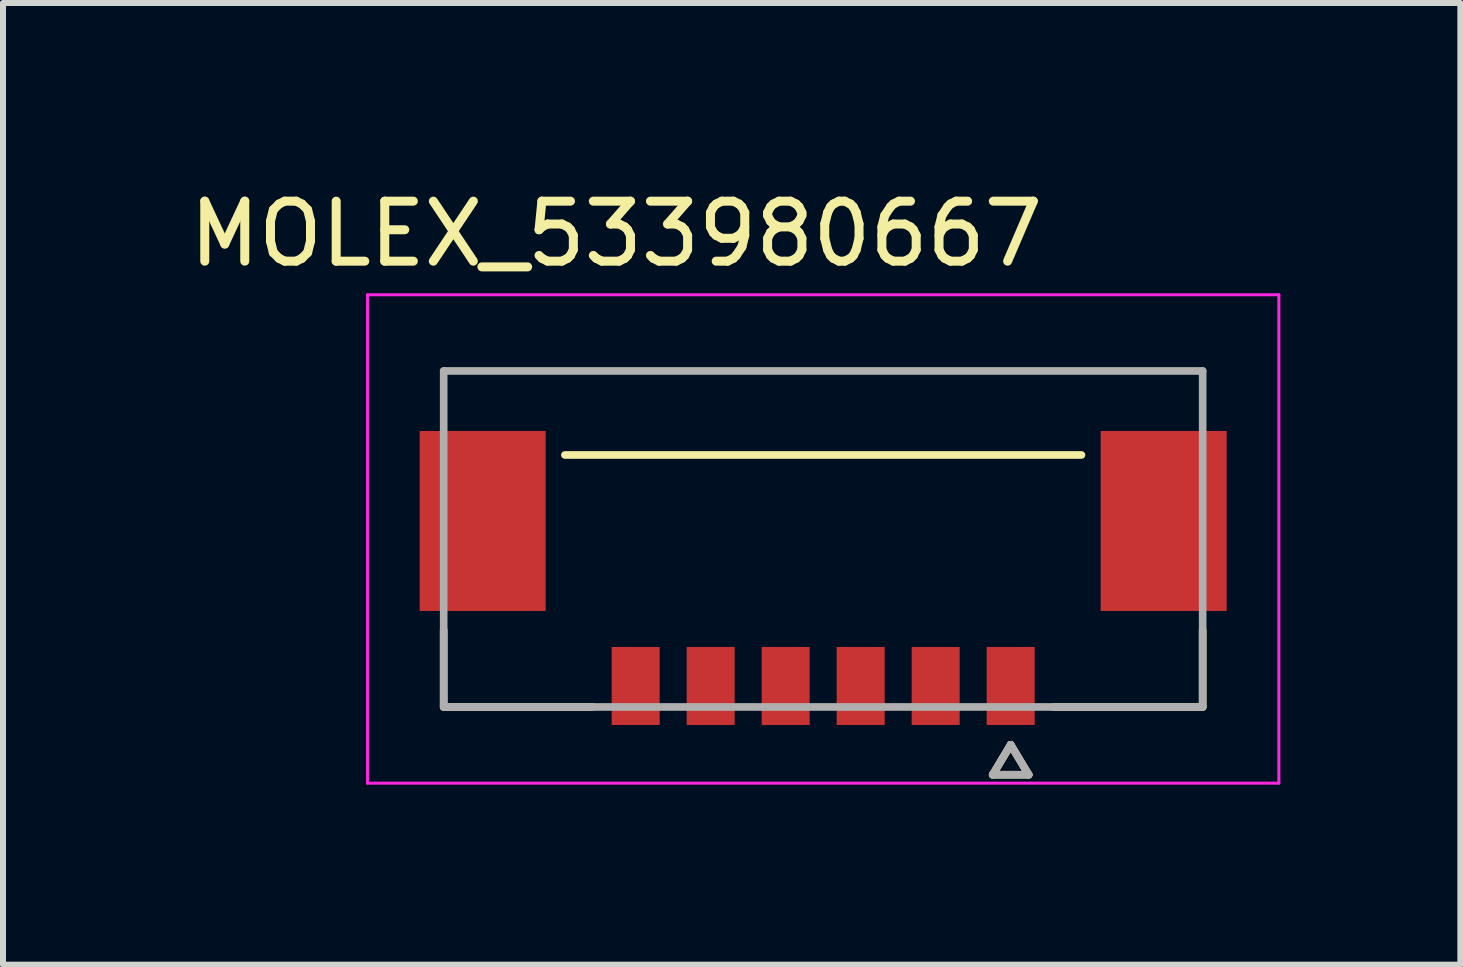
<source format=kicad_pcb>
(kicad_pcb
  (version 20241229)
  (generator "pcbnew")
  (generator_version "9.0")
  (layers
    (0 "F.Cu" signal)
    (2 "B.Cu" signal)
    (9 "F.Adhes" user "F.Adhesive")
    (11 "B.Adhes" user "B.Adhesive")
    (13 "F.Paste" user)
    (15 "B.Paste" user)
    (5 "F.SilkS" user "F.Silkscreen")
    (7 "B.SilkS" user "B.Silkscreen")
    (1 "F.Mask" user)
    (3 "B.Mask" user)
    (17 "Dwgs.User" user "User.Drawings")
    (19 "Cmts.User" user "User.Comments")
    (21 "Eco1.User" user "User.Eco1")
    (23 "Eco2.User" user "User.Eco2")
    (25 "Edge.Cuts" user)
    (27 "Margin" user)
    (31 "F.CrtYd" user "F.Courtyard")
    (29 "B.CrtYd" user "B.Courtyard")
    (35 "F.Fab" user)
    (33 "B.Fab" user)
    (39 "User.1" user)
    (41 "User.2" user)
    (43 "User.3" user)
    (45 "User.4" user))
  (footprint "MOLEX_533980667"
    (layer "F.Cu")
    (at 10.67 5.933)
    (property "Reference" "MOLEX_533980667" (at -3.45 -5.085 0) (layer "F.SilkS") (effects (font (size 1 1) (thickness 0.15))))
    (attr through_hole)
    (fp_poly (pts (xy -6.801 -1.876) (xy -4.549 -1.876) (xy -4.549 1.276) (xy -6.801 1.276)) (stroke (width 0.01) (type solid)) (fill yes) (layer "F.Mask"))
    (fp_poly (pts (xy -3.601 1.724) (xy -2.649 1.724) (xy -2.649 3.176) (xy -3.601 3.176)) (stroke (width 0.01) (type solid)) (fill yes) (layer "F.Mask"))
    (fp_poly (pts (xy -2.351 1.724) (xy -1.399 1.724) (xy -1.399 3.176) (xy -2.351 3.176)) (stroke (width 0.01) (type solid)) (fill yes) (layer "F.Mask"))
    (fp_poly (pts (xy -1.101 1.724) (xy -0.149 1.724) (xy -0.149 3.176) (xy -1.101 3.176)) (stroke (width 0.01) (type solid)) (fill yes) (layer "F.Mask"))
    (fp_poly (pts (xy 0.149 1.724) (xy 1.101 1.724) (xy 1.101 3.176) (xy 0.149 3.176)) (stroke (width 0.01) (type solid)) (fill yes) (layer "F.Mask"))
    (fp_poly (pts (xy 1.399 1.724) (xy 2.351 1.724) (xy 2.351 3.176) (xy 1.399 3.176)) (stroke (width 0.01) (type solid)) (fill yes) (layer "F.Mask"))
    (fp_poly (pts (xy 2.649 1.724) (xy 3.601 1.724) (xy 3.601 3.176) (xy 2.649 3.176)) (stroke (width 0.01) (type solid)) (fill yes) (layer "F.Mask"))
    (fp_poly (pts (xy 4.549 -1.876) (xy 6.801 -1.876) (xy 6.801 1.276) (xy 4.549 1.276)) (stroke (width 0.01) (type solid)) (fill yes) (layer "F.Mask"))
    (fp_line (start -6.325 2.8) (end -6.325 1.52) (stroke (width 0.127) (type solid)) (layer "F.SilkS"))
    (fp_line (start -3.845 2.8) (end -6.325 2.8) (stroke (width 0.127) (type solid)) (layer "F.SilkS"))
    (fp_line (start 2.825 3.93) (end 3.125 3.43) (stroke (width 0.127) (type solid)) (layer "F.SilkS"))
    (fp_line (start 3.125 3.43) (end 3.425 3.93) (stroke (width 0.127) (type solid)) (layer "F.SilkS"))
    (fp_line (start 3.425 3.93) (end 2.825 3.93) (stroke (width 0.127) (type solid)) (layer "F.SilkS"))
    (fp_line (start 4.305 -1.4) (end -4.305 -1.4) (stroke (width 0.127) (type solid)) (layer "F.SilkS"))
    (fp_line (start 6.325 1.52) (end 6.325 2.8) (stroke (width 0.127) (type solid)) (layer "F.SilkS"))
    (fp_line (start 6.325 2.8) (end 3.845 2.8) (stroke (width 0.127) (type solid)) (layer "F.SilkS"))
    (fp_line (start -7.595 -4.07) (end 7.595 -4.07) (stroke (width 0.05) (type solid)) (layer "F.CrtYd"))
    (fp_line (start -7.595 4.07) (end -7.595 -4.07) (stroke (width 0.05) (type solid)) (layer "F.CrtYd"))
    (fp_line (start -7.595 4.07) (end 7.595 4.07) (stroke (width 0.05) (type solid)) (layer "F.CrtYd"))
    (fp_line (start 7.595 -4.07) (end 7.595 4.07) (stroke (width 0.05) (type solid)) (layer "F.CrtYd"))
    (fp_line (start -6.325 -2.8) (end 6.325 -2.8) (stroke (width 0.127) (type solid)) (layer "F.Fab"))
    (fp_line (start -6.325 2.8) (end -6.325 -2.8) (stroke (width 0.127) (type solid)) (layer "F.Fab"))
    (fp_line (start 2.825 3.93) (end 3.125 3.43) (stroke (width 0.127) (type solid)) (layer "F.Fab"))
    (fp_line (start 3.125 3.43) (end 3.425 3.93) (stroke (width 0.127) (type solid)) (layer "F.Fab"))
    (fp_line (start 3.425 3.93) (end 2.825 3.93) (stroke (width 0.127) (type solid)) (layer "F.Fab"))
    (fp_line (start 6.325 -2.8) (end 6.325 2.8) (stroke (width 0.127) (type solid)) (layer "F.Fab"))
    (fp_line (start 6.325 2.8) (end -6.325 2.8) (stroke (width 0.127) (type solid)) (layer "F.Fab"))
    (pad "1" smd rect (at 3.125 2.45) (size 0.8 1.3) (layers "F.Cu" "F.Paste"))
    (pad "2" smd rect (at 1.875 2.45) (size 0.8 1.3) (layers "F.Cu" "F.Paste"))
    (pad "3" smd rect (at 0.625 2.45) (size 0.8 1.3) (layers "F.Cu" "F.Paste"))
    (pad "4" smd rect (at -0.625 2.45) (size 0.8 1.3) (layers "F.Cu" "F.Paste"))
    (pad "5" smd rect (at -1.875 2.45) (size 0.8 1.3) (layers "F.Cu" "F.Paste"))
    (pad "6" smd rect (at -3.125 2.45) (size 0.8 1.3) (layers "F.Cu" "F.Paste"))
    (pad "S1" smd rect (at -5.675 -0.3) (size 2.1 3) (layers "F.Cu" "F.Paste"))
    (pad "S2" smd rect (at 5.675 -0.3) (size 2.1 3) (layers "F.Cu" "F.Paste")))
  (gr_rect
    (start -3 -3)
    (end 21.29 13.028)
    (stroke (width 0.1) (type default))
    (fill no)
    (layer "Edge.Cuts")))
</source>
